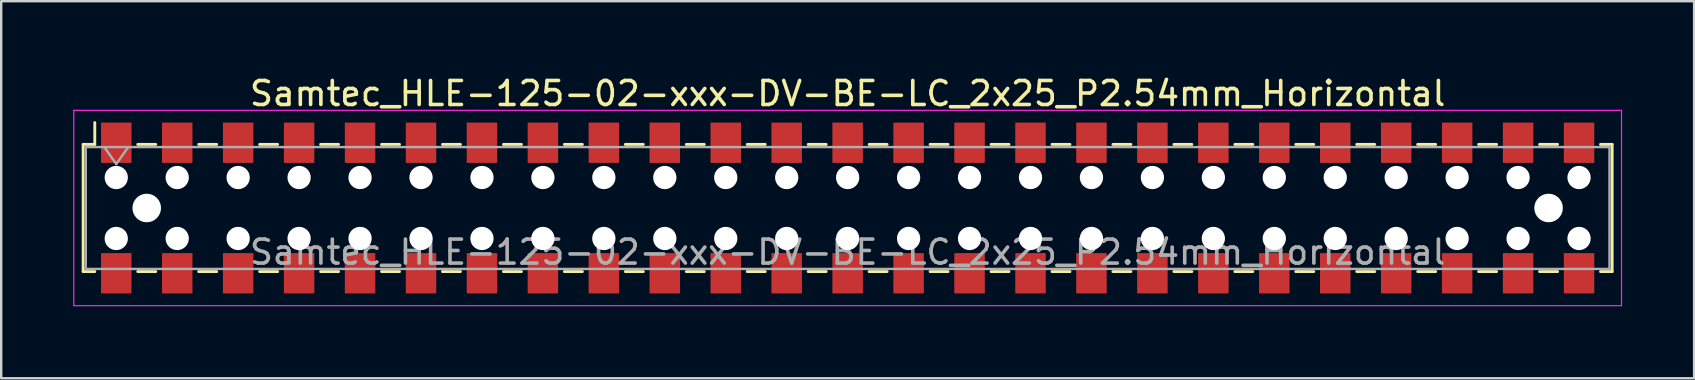
<source format=kicad_pcb>
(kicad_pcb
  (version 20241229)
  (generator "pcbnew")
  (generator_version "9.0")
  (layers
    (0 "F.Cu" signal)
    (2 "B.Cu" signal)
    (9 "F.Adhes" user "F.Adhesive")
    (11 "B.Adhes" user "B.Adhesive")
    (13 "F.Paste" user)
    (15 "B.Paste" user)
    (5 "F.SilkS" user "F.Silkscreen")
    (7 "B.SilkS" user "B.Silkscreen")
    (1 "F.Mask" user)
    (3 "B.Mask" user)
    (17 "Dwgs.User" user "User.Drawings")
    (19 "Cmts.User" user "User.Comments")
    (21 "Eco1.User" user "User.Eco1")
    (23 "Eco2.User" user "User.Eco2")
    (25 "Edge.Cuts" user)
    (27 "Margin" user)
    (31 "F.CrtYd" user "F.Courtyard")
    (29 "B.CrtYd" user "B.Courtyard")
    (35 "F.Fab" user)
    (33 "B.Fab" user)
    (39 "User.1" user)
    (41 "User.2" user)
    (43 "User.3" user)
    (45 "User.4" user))
  (footprint "Samtec_HLE-125-02-xxx-DV-BE-LC_2x25_P2.54mm_Horizontal"
    (layer "F.Cu")
    (at 32.275 5.618)
    (property "Reference" "Samtec_HLE-125-02-xxx-DV-BE-LC_2x25_P2.54mm_Horizontal" (at 0 -4.77 0) (layer "F.SilkS") (effects (font (size 1 1) (thickness 0.15))))
    (attr smd)
    (fp_line (start -31.86 -2.65) (end -31.86 2.65) (stroke (width 0.12) (type solid)) (layer "F.SilkS"))
    (fp_line (start -31.86 2.65) (end -31.375 2.65) (stroke (width 0.12) (type solid)) (layer "F.SilkS"))
    (fp_line (start -31.375 -3.56) (end -31.375 -2.65) (stroke (width 0.12) (type solid)) (layer "F.SilkS"))
    (fp_line (start -31.375 -2.65) (end -31.86 -2.65) (stroke (width 0.12) (type solid)) (layer "F.SilkS"))
    (fp_line (start -29.585 -2.65) (end -28.835 -2.65) (stroke (width 0.12) (type solid)) (layer "F.SilkS"))
    (fp_line (start -29.585 2.65) (end -28.835 2.65) (stroke (width 0.12) (type solid)) (layer "F.SilkS"))
    (fp_line (start -27.045 -2.65) (end -26.295 -2.65) (stroke (width 0.12) (type solid)) (layer "F.SilkS"))
    (fp_line (start -27.045 2.65) (end -26.295 2.65) (stroke (width 0.12) (type solid)) (layer "F.SilkS"))
    (fp_line (start -24.505 -2.65) (end -23.755 -2.65) (stroke (width 0.12) (type solid)) (layer "F.SilkS"))
    (fp_line (start -24.505 2.65) (end -23.755 2.65) (stroke (width 0.12) (type solid)) (layer "F.SilkS"))
    (fp_line (start -21.965 -2.65) (end -21.215 -2.65) (stroke (width 0.12) (type solid)) (layer "F.SilkS"))
    (fp_line (start -21.965 2.65) (end -21.215 2.65) (stroke (width 0.12) (type solid)) (layer "F.SilkS"))
    (fp_line (start -19.425 -2.65) (end -18.675 -2.65) (stroke (width 0.12) (type solid)) (layer "F.SilkS"))
    (fp_line (start -19.425 2.65) (end -18.675 2.65) (stroke (width 0.12) (type solid)) (layer "F.SilkS"))
    (fp_line (start -16.885 -2.65) (end -16.135 -2.65) (stroke (width 0.12) (type solid)) (layer "F.SilkS"))
    (fp_line (start -16.885 2.65) (end -16.135 2.65) (stroke (width 0.12) (type solid)) (layer "F.SilkS"))
    (fp_line (start -14.345 -2.65) (end -13.595 -2.65) (stroke (width 0.12) (type solid)) (layer "F.SilkS"))
    (fp_line (start -14.345 2.65) (end -13.595 2.65) (stroke (width 0.12) (type solid)) (layer "F.SilkS"))
    (fp_line (start -11.805 -2.65) (end -11.055 -2.65) (stroke (width 0.12) (type solid)) (layer "F.SilkS"))
    (fp_line (start -11.805 2.65) (end -11.055 2.65) (stroke (width 0.12) (type solid)) (layer "F.SilkS"))
    (fp_line (start -9.265 -2.65) (end -8.515 -2.65) (stroke (width 0.12) (type solid)) (layer "F.SilkS"))
    (fp_line (start -9.265 2.65) (end -8.515 2.65) (stroke (width 0.12) (type solid)) (layer "F.SilkS"))
    (fp_line (start -6.725 -2.65) (end -5.975 -2.65) (stroke (width 0.12) (type solid)) (layer "F.SilkS"))
    (fp_line (start -6.725 2.65) (end -5.975 2.65) (stroke (width 0.12) (type solid)) (layer "F.SilkS"))
    (fp_line (start -4.185 -2.65) (end -3.435 -2.65) (stroke (width 0.12) (type solid)) (layer "F.SilkS"))
    (fp_line (start -4.185 2.65) (end -3.435 2.65) (stroke (width 0.12) (type solid)) (layer "F.SilkS"))
    (fp_line (start -1.645 -2.65) (end -0.895 -2.65) (stroke (width 0.12) (type solid)) (layer "F.SilkS"))
    (fp_line (start -1.645 2.65) (end -0.895 2.65) (stroke (width 0.12) (type solid)) (layer "F.SilkS"))
    (fp_line (start 0.895 -2.65) (end 1.645 -2.65) (stroke (width 0.12) (type solid)) (layer "F.SilkS"))
    (fp_line (start 0.895 2.65) (end 1.645 2.65) (stroke (width 0.12) (type solid)) (layer "F.SilkS"))
    (fp_line (start 3.435 -2.65) (end 4.185 -2.65) (stroke (width 0.12) (type solid)) (layer "F.SilkS"))
    (fp_line (start 3.435 2.65) (end 4.185 2.65) (stroke (width 0.12) (type solid)) (layer "F.SilkS"))
    (fp_line (start 5.975 -2.65) (end 6.725 -2.65) (stroke (width 0.12) (type solid)) (layer "F.SilkS"))
    (fp_line (start 5.975 2.65) (end 6.725 2.65) (stroke (width 0.12) (type solid)) (layer "F.SilkS"))
    (fp_line (start 8.515 -2.65) (end 9.265 -2.65) (stroke (width 0.12) (type solid)) (layer "F.SilkS"))
    (fp_line (start 8.515 2.65) (end 9.265 2.65) (stroke (width 0.12) (type solid)) (layer "F.SilkS"))
    (fp_line (start 11.055 -2.65) (end 11.805 -2.65) (stroke (width 0.12) (type solid)) (layer "F.SilkS"))
    (fp_line (start 11.055 2.65) (end 11.805 2.65) (stroke (width 0.12) (type solid)) (layer "F.SilkS"))
    (fp_line (start 13.595 -2.65) (end 14.345 -2.65) (stroke (width 0.12) (type solid)) (layer "F.SilkS"))
    (fp_line (start 13.595 2.65) (end 14.345 2.65) (stroke (width 0.12) (type solid)) (layer "F.SilkS"))
    (fp_line (start 16.135 -2.65) (end 16.885 -2.65) (stroke (width 0.12) (type solid)) (layer "F.SilkS"))
    (fp_line (start 16.135 2.65) (end 16.885 2.65) (stroke (width 0.12) (type solid)) (layer "F.SilkS"))
    (fp_line (start 18.675 -2.65) (end 19.425 -2.65) (stroke (width 0.12) (type solid)) (layer "F.SilkS"))
    (fp_line (start 18.675 2.65) (end 19.425 2.65) (stroke (width 0.12) (type solid)) (layer "F.SilkS"))
    (fp_line (start 21.215 -2.65) (end 21.965 -2.65) (stroke (width 0.12) (type solid)) (layer "F.SilkS"))
    (fp_line (start 21.215 2.65) (end 21.965 2.65) (stroke (width 0.12) (type solid)) (layer "F.SilkS"))
    (fp_line (start 23.755 -2.65) (end 24.505 -2.65) (stroke (width 0.12) (type solid)) (layer "F.SilkS"))
    (fp_line (start 23.755 2.65) (end 24.505 2.65) (stroke (width 0.12) (type solid)) (layer "F.SilkS"))
    (fp_line (start 26.295 -2.65) (end 27.045 -2.65) (stroke (width 0.12) (type solid)) (layer "F.SilkS"))
    (fp_line (start 26.295 2.65) (end 27.045 2.65) (stroke (width 0.12) (type solid)) (layer "F.SilkS"))
    (fp_line (start 28.835 -2.65) (end 29.585 -2.65) (stroke (width 0.12) (type solid)) (layer "F.SilkS"))
    (fp_line (start 28.835 2.65) (end 29.585 2.65) (stroke (width 0.12) (type solid)) (layer "F.SilkS"))
    (fp_line (start 31.375 -2.65) (end 31.86 -2.65) (stroke (width 0.12) (type solid)) (layer "F.SilkS"))
    (fp_line (start 31.86 -2.65) (end 31.86 2.65) (stroke (width 0.12) (type solid)) (layer "F.SilkS"))
    (fp_line (start 31.86 2.65) (end 31.375 2.65) (stroke (width 0.12) (type solid)) (layer "F.SilkS"))
    (fp_line (start -32.25 -4.07) (end 32.25 -4.07) (stroke (width 0.05) (type solid)) (layer "F.CrtYd"))
    (fp_line (start -32.25 4.07) (end -32.25 -4.07) (stroke (width 0.05) (type solid)) (layer "F.CrtYd"))
    (fp_line (start 32.25 -4.07) (end 32.25 4.07) (stroke (width 0.05) (type solid)) (layer "F.CrtYd"))
    (fp_line (start 32.25 4.07) (end -32.25 4.07) (stroke (width 0.05) (type solid)) (layer "F.CrtYd"))
    (fp_line (start -31.75 -2.54) (end 31.75 -2.54) (stroke (width 0.1) (type solid)) (layer "F.Fab"))
    (fp_line (start -31.75 2.54) (end -31.75 -2.54) (stroke (width 0.1) (type solid)) (layer "F.Fab"))
    (fp_line (start -30.98 -2.54) (end -30.48 -1.833) (stroke (width 0.1) (type solid)) (layer "F.Fab"))
    (fp_line (start -30.48 -1.833) (end -29.98 -2.54) (stroke (width 0.1) (type solid)) (layer "F.Fab"))
    (fp_line (start 31.75 -2.54) (end 31.75 2.54) (stroke (width 0.1) (type solid)) (layer "F.Fab"))
    (fp_line (start 31.75 2.54) (end -31.75 2.54) (stroke (width 0.1) (type solid)) (layer "F.Fab"))
    (fp_text user "${REFERENCE}" (at 0 1.84 0) (layer "F.Fab") (effects (font (size 1 1) (thickness 0.15))))
    (pad "" np_thru_hole circle (at -30.48 -1.27) (size 0.97 0.97) (drill 0.97) (layers "*.Cu" "*.Mask"))
    (pad "" np_thru_hole circle (at -30.48 1.27) (size 0.97 0.97) (drill 0.97) (layers "*.Cu" "*.Mask"))
    (pad "" np_thru_hole circle (at -29.21 0) (size 1.19 1.19) (drill 1.19) (layers "*.Cu" "*.Mask"))
    (pad "" np_thru_hole circle (at -27.94 -1.27) (size 0.97 0.97) (drill 0.97) (layers "*.Cu" "*.Mask"))
    (pad "" np_thru_hole circle (at -27.94 1.27) (size 0.97 0.97) (drill 0.97) (layers "*.Cu" "*.Mask"))
    (pad "" np_thru_hole circle (at -25.4 -1.27) (size 0.97 0.97) (drill 0.97) (layers "*.Cu" "*.Mask"))
    (pad "" np_thru_hole circle (at -25.4 1.27) (size 0.97 0.97) (drill 0.97) (layers "*.Cu" "*.Mask"))
    (pad "" np_thru_hole circle (at -22.86 -1.27) (size 0.97 0.97) (drill 0.97) (layers "*.Cu" "*.Mask"))
    (pad "" np_thru_hole circle (at -22.86 1.27) (size 0.97 0.97) (drill 0.97) (layers "*.Cu" "*.Mask"))
    (pad "" np_thru_hole circle (at -20.32 -1.27) (size 0.97 0.97) (drill 0.97) (layers "*.Cu" "*.Mask"))
    (pad "" np_thru_hole circle (at -20.32 1.27) (size 0.97 0.97) (drill 0.97) (layers "*.Cu" "*.Mask"))
    (pad "" np_thru_hole circle (at -17.78 -1.27) (size 0.97 0.97) (drill 0.97) (layers "*.Cu" "*.Mask"))
    (pad "" np_thru_hole circle (at -17.78 1.27) (size 0.97 0.97) (drill 0.97) (layers "*.Cu" "*.Mask"))
    (pad "" np_thru_hole circle (at -15.24 -1.27) (size 0.97 0.97) (drill 0.97) (layers "*.Cu" "*.Mask"))
    (pad "" np_thru_hole circle (at -15.24 1.27) (size 0.97 0.97) (drill 0.97) (layers "*.Cu" "*.Mask"))
    (pad "" np_thru_hole circle (at -12.7 -1.27) (size 0.97 0.97) (drill 0.97) (layers "*.Cu" "*.Mask"))
    (pad "" np_thru_hole circle (at -12.7 1.27) (size 0.97 0.97) (drill 0.97) (layers "*.Cu" "*.Mask"))
    (pad "" np_thru_hole circle (at -10.16 -1.27) (size 0.97 0.97) (drill 0.97) (layers "*.Cu" "*.Mask"))
    (pad "" np_thru_hole circle (at -10.16 1.27) (size 0.97 0.97) (drill 0.97) (layers "*.Cu" "*.Mask"))
    (pad "" np_thru_hole circle (at -7.62 -1.27) (size 0.97 0.97) (drill 0.97) (layers "*.Cu" "*.Mask"))
    (pad "" np_thru_hole circle (at -7.62 1.27) (size 0.97 0.97) (drill 0.97) (layers "*.Cu" "*.Mask"))
    (pad "" np_thru_hole circle (at -5.08 -1.27) (size 0.97 0.97) (drill 0.97) (layers "*.Cu" "*.Mask"))
    (pad "" np_thru_hole circle (at -5.08 1.27) (size 0.97 0.97) (drill 0.97) (layers "*.Cu" "*.Mask"))
    (pad "" np_thru_hole circle (at -2.54 -1.27) (size 0.97 0.97) (drill 0.97) (layers "*.Cu" "*.Mask"))
    (pad "" np_thru_hole circle (at -2.54 1.27) (size 0.97 0.97) (drill 0.97) (layers "*.Cu" "*.Mask"))
    (pad "" np_thru_hole circle (at 0 -1.27) (size 0.97 0.97) (drill 0.97) (layers "*.Cu" "*.Mask"))
    (pad "" np_thru_hole circle (at 0 1.27) (size 0.97 0.97) (drill 0.97) (layers "*.Cu" "*.Mask"))
    (pad "" np_thru_hole circle (at 2.54 -1.27) (size 0.97 0.97) (drill 0.97) (layers "*.Cu" "*.Mask"))
    (pad "" np_thru_hole circle (at 2.54 1.27) (size 0.97 0.97) (drill 0.97) (layers "*.Cu" "*.Mask"))
    (pad "" np_thru_hole circle (at 5.08 -1.27) (size 0.97 0.97) (drill 0.97) (layers "*.Cu" "*.Mask"))
    (pad "" np_thru_hole circle (at 5.08 1.27) (size 0.97 0.97) (drill 0.97) (layers "*.Cu" "*.Mask"))
    (pad "" np_thru_hole circle (at 7.62 -1.27) (size 0.97 0.97) (drill 0.97) (layers "*.Cu" "*.Mask"))
    (pad "" np_thru_hole circle (at 7.62 1.27) (size 0.97 0.97) (drill 0.97) (layers "*.Cu" "*.Mask"))
    (pad "" np_thru_hole circle (at 10.16 -1.27) (size 0.97 0.97) (drill 0.97) (layers "*.Cu" "*.Mask"))
    (pad "" np_thru_hole circle (at 10.16 1.27) (size 0.97 0.97) (drill 0.97) (layers "*.Cu" "*.Mask"))
    (pad "" np_thru_hole circle (at 12.7 -1.27) (size 0.97 0.97) (drill 0.97) (layers "*.Cu" "*.Mask"))
    (pad "" np_thru_hole circle (at 12.7 1.27) (size 0.97 0.97) (drill 0.97) (layers "*.Cu" "*.Mask"))
    (pad "" np_thru_hole circle (at 15.24 -1.27) (size 0.97 0.97) (drill 0.97) (layers "*.Cu" "*.Mask"))
    (pad "" np_thru_hole circle (at 15.24 1.27) (size 0.97 0.97) (drill 0.97) (layers "*.Cu" "*.Mask"))
    (pad "" np_thru_hole circle (at 17.78 -1.27) (size 0.97 0.97) (drill 0.97) (layers "*.Cu" "*.Mask"))
    (pad "" np_thru_hole circle (at 17.78 1.27) (size 0.97 0.97) (drill 0.97) (layers "*.Cu" "*.Mask"))
    (pad "" np_thru_hole circle (at 20.32 -1.27) (size 0.97 0.97) (drill 0.97) (layers "*.Cu" "*.Mask"))
    (pad "" np_thru_hole circle (at 20.32 1.27) (size 0.97 0.97) (drill 0.97) (layers "*.Cu" "*.Mask"))
    (pad "" np_thru_hole circle (at 22.86 -1.27) (size 0.97 0.97) (drill 0.97) (layers "*.Cu" "*.Mask"))
    (pad "" np_thru_hole circle (at 22.86 1.27) (size 0.97 0.97) (drill 0.97) (layers "*.Cu" "*.Mask"))
    (pad "" np_thru_hole circle (at 25.4 -1.27) (size 0.97 0.97) (drill 0.97) (layers "*.Cu" "*.Mask"))
    (pad "" np_thru_hole circle (at 25.4 1.27) (size 0.97 0.97) (drill 0.97) (layers "*.Cu" "*.Mask"))
    (pad "" np_thru_hole circle (at 27.94 -1.27) (size 0.97 0.97) (drill 0.97) (layers "*.Cu" "*.Mask"))
    (pad "" np_thru_hole circle (at 27.94 1.27) (size 0.97 0.97) (drill 0.97) (layers "*.Cu" "*.Mask"))
    (pad "" np_thru_hole circle (at 29.21 0) (size 1.19 1.19) (drill 1.19) (layers "*.Cu" "*.Mask"))
    (pad "" np_thru_hole circle (at 30.48 -1.27) (size 0.97 0.97) (drill 0.97) (layers "*.Cu" "*.Mask"))
    (pad "" np_thru_hole circle (at 30.48 1.27) (size 0.97 0.97) (drill 0.97) (layers "*.Cu" "*.Mask"))
    (pad "1" smd rect (at -30.48 -2.72) (size 1.27 1.68) (layers "F.Cu" "F.Mask" "F.Paste"))
    (pad "2" smd rect (at -30.48 2.72) (size 1.27 1.68) (layers "F.Cu" "F.Mask" "F.Paste"))
    (pad "3" smd rect (at -27.94 -2.72) (size 1.27 1.68) (layers "F.Cu" "F.Mask" "F.Paste"))
    (pad "4" smd rect (at -27.94 2.72) (size 1.27 1.68) (layers "F.Cu" "F.Mask" "F.Paste"))
    (pad "5" smd rect (at -25.4 -2.72) (size 1.27 1.68) (layers "F.Cu" "F.Mask" "F.Paste"))
    (pad "6" smd rect (at -25.4 2.72) (size 1.27 1.68) (layers "F.Cu" "F.Mask" "F.Paste"))
    (pad "7" smd rect (at -22.86 -2.72) (size 1.27 1.68) (layers "F.Cu" "F.Mask" "F.Paste"))
    (pad "8" smd rect (at -22.86 2.72) (size 1.27 1.68) (layers "F.Cu" "F.Mask" "F.Paste"))
    (pad "9" smd rect (at -20.32 -2.72) (size 1.27 1.68) (layers "F.Cu" "F.Mask" "F.Paste"))
    (pad "10" smd rect (at -20.32 2.72) (size 1.27 1.68) (layers "F.Cu" "F.Mask" "F.Paste"))
    (pad "11" smd rect (at -17.78 -2.72) (size 1.27 1.68) (layers "F.Cu" "F.Mask" "F.Paste"))
    (pad "12" smd rect (at -17.78 2.72) (size 1.27 1.68) (layers "F.Cu" "F.Mask" "F.Paste"))
    (pad "13" smd rect (at -15.24 -2.72) (size 1.27 1.68) (layers "F.Cu" "F.Mask" "F.Paste"))
    (pad "14" smd rect (at -15.24 2.72) (size 1.27 1.68) (layers "F.Cu" "F.Mask" "F.Paste"))
    (pad "15" smd rect (at -12.7 -2.72) (size 1.27 1.68) (layers "F.Cu" "F.Mask" "F.Paste"))
    (pad "16" smd rect (at -12.7 2.72) (size 1.27 1.68) (layers "F.Cu" "F.Mask" "F.Paste"))
    (pad "17" smd rect (at -10.16 -2.72) (size 1.27 1.68) (layers "F.Cu" "F.Mask" "F.Paste"))
    (pad "18" smd rect (at -10.16 2.72) (size 1.27 1.68) (layers "F.Cu" "F.Mask" "F.Paste"))
    (pad "19" smd rect (at -7.62 -2.72) (size 1.27 1.68) (layers "F.Cu" "F.Mask" "F.Paste"))
    (pad "20" smd rect (at -7.62 2.72) (size 1.27 1.68) (layers "F.Cu" "F.Mask" "F.Paste"))
    (pad "21" smd rect (at -5.08 -2.72) (size 1.27 1.68) (layers "F.Cu" "F.Mask" "F.Paste"))
    (pad "22" smd rect (at -5.08 2.72) (size 1.27 1.68) (layers "F.Cu" "F.Mask" "F.Paste"))
    (pad "23" smd rect (at -2.54 -2.72) (size 1.27 1.68) (layers "F.Cu" "F.Mask" "F.Paste"))
    (pad "24" smd rect (at -2.54 2.72) (size 1.27 1.68) (layers "F.Cu" "F.Mask" "F.Paste"))
    (pad "25" smd rect (at 0 -2.72) (size 1.27 1.68) (layers "F.Cu" "F.Mask" "F.Paste"))
    (pad "26" smd rect (at 0 2.72) (size 1.27 1.68) (layers "F.Cu" "F.Mask" "F.Paste"))
    (pad "27" smd rect (at 2.54 -2.72) (size 1.27 1.68) (layers "F.Cu" "F.Mask" "F.Paste"))
    (pad "28" smd rect (at 2.54 2.72) (size 1.27 1.68) (layers "F.Cu" "F.Mask" "F.Paste"))
    (pad "29" smd rect (at 5.08 -2.72) (size 1.27 1.68) (layers "F.Cu" "F.Mask" "F.Paste"))
    (pad "30" smd rect (at 5.08 2.72) (size 1.27 1.68) (layers "F.Cu" "F.Mask" "F.Paste"))
    (pad "31" smd rect (at 7.62 -2.72) (size 1.27 1.68) (layers "F.Cu" "F.Mask" "F.Paste"))
    (pad "32" smd rect (at 7.62 2.72) (size 1.27 1.68) (layers "F.Cu" "F.Mask" "F.Paste"))
    (pad "33" smd rect (at 10.16 -2.72) (size 1.27 1.68) (layers "F.Cu" "F.Mask" "F.Paste"))
    (pad "34" smd rect (at 10.16 2.72) (size 1.27 1.68) (layers "F.Cu" "F.Mask" "F.Paste"))
    (pad "35" smd rect (at 12.7 -2.72) (size 1.27 1.68) (layers "F.Cu" "F.Mask" "F.Paste"))
    (pad "36" smd rect (at 12.7 2.72) (size 1.27 1.68) (layers "F.Cu" "F.Mask" "F.Paste"))
    (pad "37" smd rect (at 15.24 -2.72) (size 1.27 1.68) (layers "F.Cu" "F.Mask" "F.Paste"))
    (pad "38" smd rect (at 15.24 2.72) (size 1.27 1.68) (layers "F.Cu" "F.Mask" "F.Paste"))
    (pad "39" smd rect (at 17.78 -2.72) (size 1.27 1.68) (layers "F.Cu" "F.Mask" "F.Paste"))
    (pad "40" smd rect (at 17.78 2.72) (size 1.27 1.68) (layers "F.Cu" "F.Mask" "F.Paste"))
    (pad "41" smd rect (at 20.32 -2.72) (size 1.27 1.68) (layers "F.Cu" "F.Mask" "F.Paste"))
    (pad "42" smd rect (at 20.32 2.72) (size 1.27 1.68) (layers "F.Cu" "F.Mask" "F.Paste"))
    (pad "43" smd rect (at 22.86 -2.72) (size 1.27 1.68) (layers "F.Cu" "F.Mask" "F.Paste"))
    (pad "44" smd rect (at 22.86 2.72) (size 1.27 1.68) (layers "F.Cu" "F.Mask" "F.Paste"))
    (pad "45" smd rect (at 25.4 -2.72) (size 1.27 1.68) (layers "F.Cu" "F.Mask" "F.Paste"))
    (pad "46" smd rect (at 25.4 2.72) (size 1.27 1.68) (layers "F.Cu" "F.Mask" "F.Paste"))
    (pad "47" smd rect (at 27.94 -2.72) (size 1.27 1.68) (layers "F.Cu" "F.Mask" "F.Paste"))
    (pad "48" smd rect (at 27.94 2.72) (size 1.27 1.68) (layers "F.Cu" "F.Mask" "F.Paste"))
    (pad "49" smd rect (at 30.48 -2.72) (size 1.27 1.68) (layers "F.Cu" "F.Mask" "F.Paste"))
    (pad "50" smd rect (at 30.48 2.72) (size 1.27 1.68) (layers "F.Cu" "F.Mask" "F.Paste")))
  (gr_rect
    (start -3 -3)
    (end 67.55 12.713)
    (stroke (width 0.1) (type default))
    (fill no)
    (layer "Edge.Cuts")))
</source>
